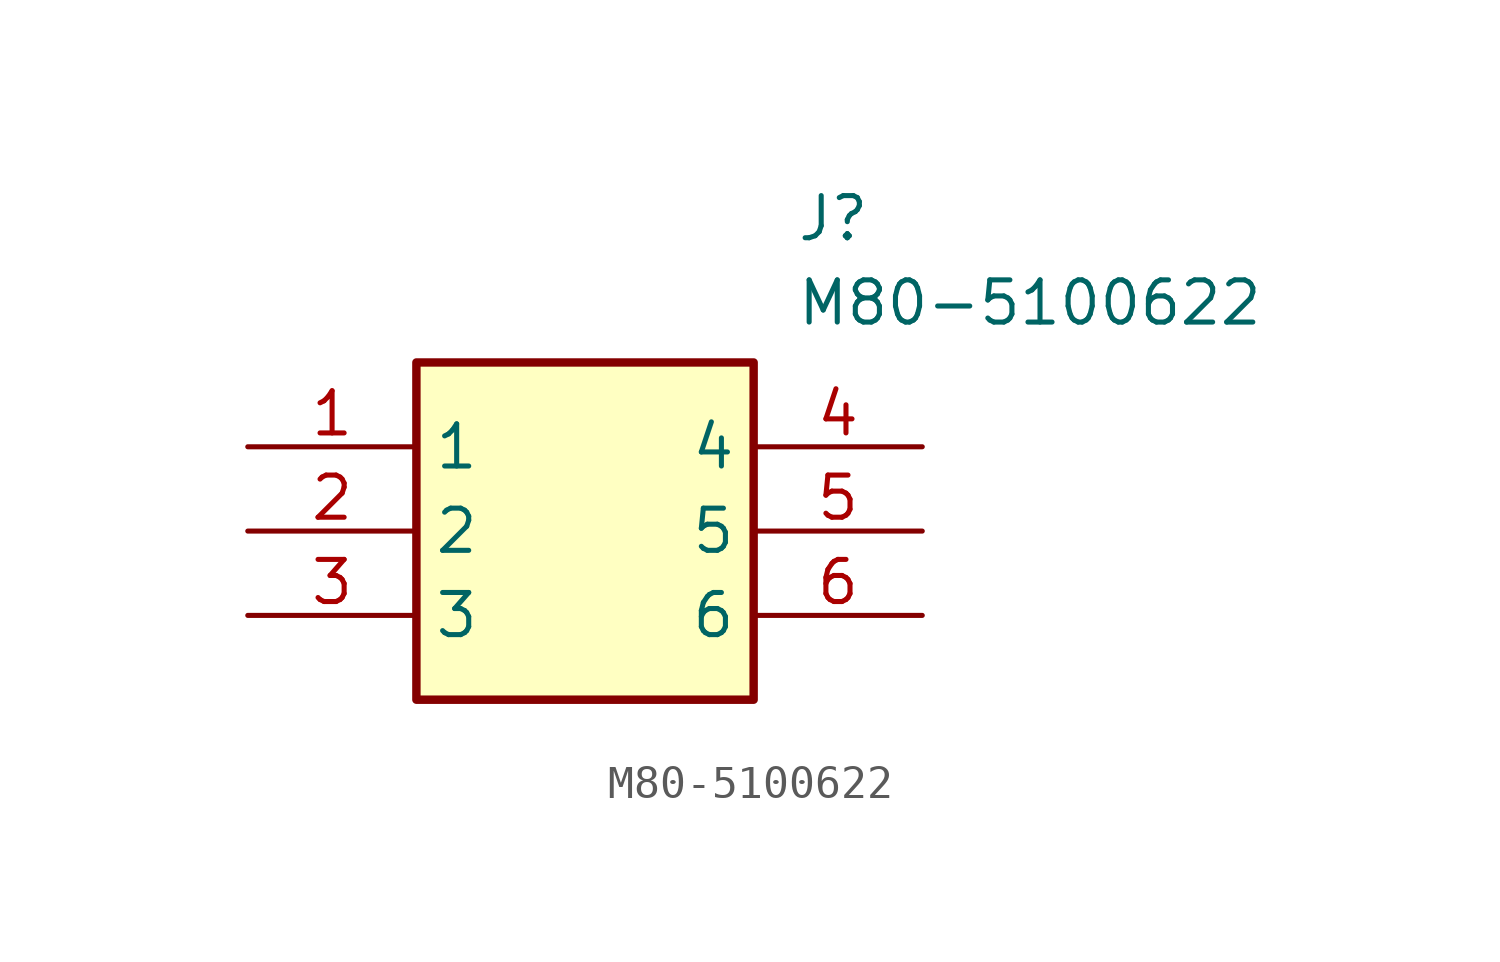
<source format=kicad_sym>
(kicad_symbol_lib
  (version 20211014)
  (generator SamacSys_ECAD_Model)
  (symbol "M80-5100622"
    (property "Reference" "J"
      (at 16.51 7.62 0)
      (effects (font (size 1.27 1.27)) (justify left top)))
    (property "Value" "M80-5100622"
      (at 16.51 5.08 0)
      (effects (font (size 1.27 1.27)) (justify left top)))
    (rectangle
      (start 5.08 2.54)
      (end 15.24 -7.62)
      (stroke (width 0.254) (type default))
      (fill (type background)))
    (pin passive line
      (at 0 0 0)
      (length 5.08)
      (name "1" (effects (font (size 1.27 1.27))))
      (number "1" (effects (font (size 1.27 1.27)))))
    (pin passive line
      (at 0 -2.54 0)
      (length 5.08)
      (name "2" (effects (font (size 1.27 1.27))))
      (number "2" (effects (font (size 1.27 1.27)))))
    (pin passive line
      (at 0 -5.08 0)
      (length 5.08)
      (name "3" (effects (font (size 1.27 1.27))))
      (number "3" (effects (font (size 1.27 1.27)))))
    (pin passive line
      (at 20.32 0 180)
      (length 5.08)
      (name "4" (effects (font (size 1.27 1.27))))
      (number "4" (effects (font (size 1.27 1.27)))))
    (pin passive line
      (at 20.32 -2.54 180)
      (length 5.08)
      (name "5" (effects (font (size 1.27 1.27))))
      (number "5" (effects (font (size 1.27 1.27)))))
    (pin passive line
      (at 20.32 -5.08 180)
      (length 5.08)
      (name "6" (effects (font (size 1.27 1.27))))
      (number "6" (effects (font (size 1.27 1.27)))))))
</source>
